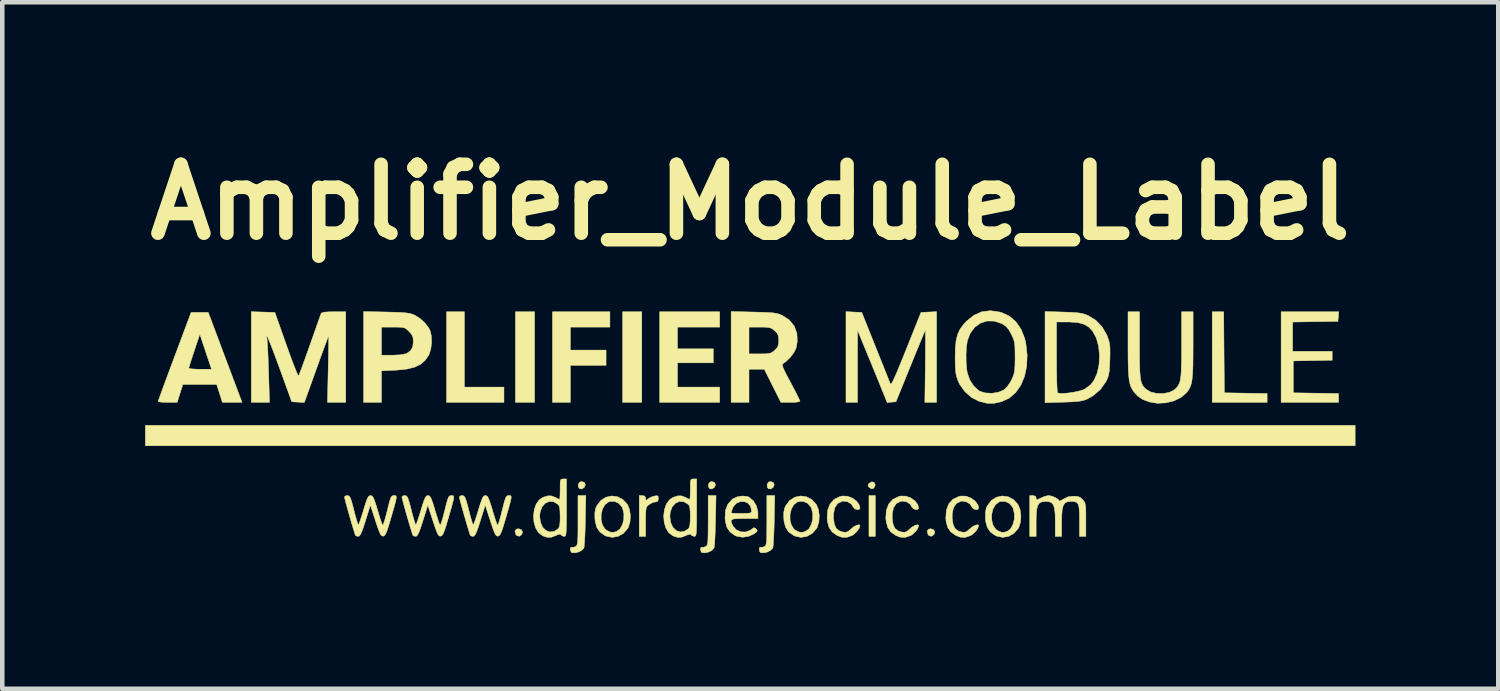
<source format=kicad_pcb>
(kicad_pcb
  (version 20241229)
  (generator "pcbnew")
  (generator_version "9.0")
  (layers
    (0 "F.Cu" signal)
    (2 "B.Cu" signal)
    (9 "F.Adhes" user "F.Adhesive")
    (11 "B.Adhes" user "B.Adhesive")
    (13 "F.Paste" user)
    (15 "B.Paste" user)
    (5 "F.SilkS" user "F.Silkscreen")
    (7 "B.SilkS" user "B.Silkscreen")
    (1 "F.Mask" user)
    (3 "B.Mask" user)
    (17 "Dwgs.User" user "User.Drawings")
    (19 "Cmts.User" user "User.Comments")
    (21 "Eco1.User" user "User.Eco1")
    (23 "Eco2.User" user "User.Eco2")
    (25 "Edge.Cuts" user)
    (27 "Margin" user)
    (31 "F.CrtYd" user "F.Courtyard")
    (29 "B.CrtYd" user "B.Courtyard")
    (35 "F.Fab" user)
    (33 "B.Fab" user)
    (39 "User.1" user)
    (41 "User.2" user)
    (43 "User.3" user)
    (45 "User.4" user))
  (footprint "Amplifier_Module_Label"
    (layer "F.Cu")
    (at 13.542 6.498)
    (property "Reference" "Amplifier_Module_Label" (at 0 -5.08 0) (layer "F.SilkS") (effects (font (size 1.524 1.524) (thickness 0.3))))
    (attr through_hole)
    (fp_poly (pts (xy -4.77 -0.649) (xy -5.193 -0.649) (xy -5.193 -2.653) (xy -4.77 -2.653) (xy -4.77 -0.649)) (stroke (width 0.01) (type solid)) (fill yes) (layer "F.SilkS"))
    (fp_poly (pts (xy -2.399 -0.649) (xy -2.822 -0.649) (xy -2.822 -2.653) (xy -2.399 -2.653) (xy -2.399 -0.649)) (stroke (width 0.01) (type solid)) (fill yes) (layer "F.SilkS"))
    (fp_poly (pts (xy 2.766 2.314) (xy 2.625 2.314) (xy 2.625 1.411) (xy 2.766 1.411) (xy 2.766 2.314)) (stroke (width 0.01) (type solid)) (fill yes) (layer "F.SilkS"))
    (fp_poly (pts (xy 13.377 0.31) (xy -13.377 0.31) (xy -13.377 -0.141) (xy 13.377 -0.141) (xy 13.377 0.31)) (stroke (width 0.01) (type solid)) (fill yes) (layer "F.SilkS"))
    (fp_poly (pts (xy -6.322 -0.988) (xy -5.447 -0.988) (xy -5.447 -0.649) (xy -6.717 -0.649) (xy -6.717 -2.653) (xy -6.322 -2.653) (xy -6.322 -0.988)) (stroke (width 0.01) (type solid)) (fill yes) (layer "F.SilkS"))
    (fp_poly (pts (xy 10.477 -1.757) (xy 10.485 -0.861) (xy 10.957 -0.853) (xy 11.43 -0.845) (xy 11.43 -0.649) (xy 10.216 -0.649) (xy 10.216 -2.653) (xy 10.47 -2.653) (xy 10.477 -1.757)) (stroke (width 0.01) (type solid)) (fill yes) (layer "F.SilkS"))
    (fp_poly (pts (xy -3.668 1.122) (xy -3.647 1.172) (xy -3.669 1.228) (xy -3.724 1.266) (xy -3.775 1.259) (xy -3.8 1.228) (xy -3.804 1.159) (xy -3.768 1.111) (xy -3.725 1.101) (xy -3.668 1.122)) (stroke (width 0.01) (type solid)) (fill yes) (layer "F.SilkS"))
    (fp_poly (pts (xy -0.789 1.122) (xy -0.768 1.172) (xy -0.791 1.228) (xy -0.845 1.266) (xy -0.896 1.259) (xy -0.921 1.228) (xy -0.926 1.159) (xy -0.889 1.111) (xy -0.847 1.101) (xy -0.789 1.122)) (stroke (width 0.01) (type solid)) (fill yes) (layer "F.SilkS"))
    (fp_poly (pts (xy 0.509 1.122) (xy 0.53 1.172) (xy 0.508 1.228) (xy 0.453 1.266) (xy 0.402 1.259) (xy 0.377 1.228) (xy 0.373 1.159) (xy 0.409 1.111) (xy 0.452 1.101) (xy 0.509 1.122)) (stroke (width 0.01) (type solid)) (fill yes) (layer "F.SilkS"))
    (fp_poly (pts (xy -5.062 2.166) (xy -5.035 2.215) (xy -5.053 2.273) (xy -5.055 2.275) (xy -5.111 2.312) (xy -5.165 2.296) (xy -5.188 2.265) (xy -5.204 2.196) (xy -5.172 2.154) (xy -5.123 2.145) (xy -5.062 2.166)) (stroke (width 0.01) (type solid)) (fill yes) (layer "F.SilkS"))
    (fp_poly (pts (xy -3.104 -2.314) (xy -3.979 -2.314) (xy -3.979 -1.806) (xy -3.189 -1.806) (xy -3.189 -1.468) (xy -3.979 -1.468) (xy -3.979 -0.649) (xy -4.374 -0.649) (xy -4.374 -2.653) (xy -3.104 -2.653) (xy -3.104 -2.314)) (stroke (width 0.01) (type solid)) (fill yes) (layer "F.SilkS"))
    (fp_poly (pts (xy 4.054 2.166) (xy 4.081 2.215) (xy 4.063 2.273) (xy 4.061 2.275) (xy 4.005 2.312) (xy 3.951 2.296) (xy 3.928 2.265) (xy 3.912 2.196) (xy 3.944 2.154) (xy 3.993 2.145) (xy 4.054 2.166)) (stroke (width 0.01) (type solid)) (fill yes) (layer "F.SilkS"))
    (fp_poly (pts (xy 2.738 1.121) (xy 2.762 1.171) (xy 2.761 1.192) (xy 2.732 1.249) (xy 2.681 1.263) (xy 2.626 1.229) (xy 2.624 1.227) (xy 2.602 1.185) (xy 2.625 1.145) (xy 2.632 1.138) (xy 2.689 1.107) (xy 2.738 1.121)) (stroke (width 0.01) (type solid)) (fill yes) (layer "F.SilkS"))
    (fp_poly (pts (xy -0.677 -2.314) (xy -1.609 -2.314) (xy -1.609 -1.834) (xy -0.818 -1.834) (xy -0.818 -1.524) (xy -1.609 -1.524) (xy -1.609 -0.988) (xy -0.677 -0.988) (xy -0.677 -0.649) (xy -2.004 -0.649) (xy -2.004 -2.653) (xy -0.677 -2.653) (xy -0.677 -2.314)) (stroke (width 0.01) (type solid)) (fill yes) (layer "F.SilkS"))
    (fp_poly (pts (xy 13.005 -2.547) (xy 12.996 -2.441) (xy 12.495 -2.434) (xy 11.994 -2.426) (xy 11.994 -1.778) (xy 12.869 -1.778) (xy 12.869 -1.582) (xy 12.439 -1.574) (xy 12.009 -1.566) (xy 12.009 -0.861) (xy 12.509 -0.853) (xy 13.01 -0.845) (xy 13.01 -0.649) (xy 11.74 -0.649) (xy 11.74 -2.653) (xy 13.014 -2.653) (xy 13.005 -2.547)) (stroke (width 0.01) (type solid)) (fill yes) (layer "F.SilkS"))
    (fp_poly (pts (xy -2.33 1.424) (xy -2.314 1.469) (xy -2.314 1.472) (xy -2.31 1.514) (xy -2.289 1.509) (xy -2.263 1.486) (xy -2.198 1.447) (xy -2.122 1.422) (xy -2.06 1.414) (xy -2.036 1.432) (xy -2.032 1.478) (xy -2.043 1.534) (xy -2.084 1.552) (xy -2.099 1.552) (xy -2.168 1.569) (xy -2.24 1.611) (xy -2.272 1.638) (xy -2.293 1.668) (xy -2.306 1.713) (xy -2.312 1.782) (xy -2.314 1.889) (xy -2.314 1.992) (xy -2.314 2.314) (xy -2.455 2.314) (xy -2.455 1.411) (xy -2.385 1.411) (xy -2.33 1.424)) (stroke (width 0.01) (type solid)) (fill yes) (layer "F.SilkS"))
    (fp_poly (pts (xy -3.647 1.968) (xy -3.651 2.143) (xy -3.657 2.299) (xy -3.664 2.429) (xy -3.671 2.522) (xy -3.678 2.569) (xy -3.679 2.571) (xy -3.725 2.622) (xy -3.798 2.66) (xy -3.878 2.679) (xy -3.943 2.674) (xy -3.961 2.662) (xy -3.977 2.625) (xy -3.978 2.58) (xy -3.964 2.553) (xy -3.952 2.554) (xy -3.908 2.555) (xy -3.867 2.54) (xy -3.847 2.527) (xy -3.833 2.506) (xy -3.823 2.469) (xy -3.816 2.41) (xy -3.812 2.318) (xy -3.81 2.189) (xy -3.81 2.012) (xy -3.81 1.96) (xy -3.81 1.411) (xy -3.636 1.411) (xy -3.647 1.968)) (stroke (width 0.01) (type solid)) (fill yes) (layer "F.SilkS"))
    (fp_poly (pts (xy -0.768 1.968) (xy -0.773 2.143) (xy -0.779 2.299) (xy -0.785 2.429) (xy -0.793 2.522) (xy -0.8 2.569) (xy -0.801 2.571) (xy -0.846 2.622) (xy -0.919 2.66) (xy -0.999 2.679) (xy -1.064 2.674) (xy -1.082 2.662) (xy -1.098 2.625) (xy -1.099 2.58) (xy -1.086 2.553) (xy -1.073 2.554) (xy -1.029 2.555) (xy -0.988 2.54) (xy -0.969 2.527) (xy -0.954 2.506) (xy -0.944 2.469) (xy -0.937 2.41) (xy -0.934 2.318) (xy -0.932 2.189) (xy -0.931 2.012) (xy -0.931 1.96) (xy -0.931 1.411) (xy -0.757 1.411) (xy -0.768 1.968)) (stroke (width 0.01) (type solid)) (fill yes) (layer "F.SilkS"))
    (fp_poly (pts (xy 0.53 1.968) (xy 0.526 2.143) (xy 0.52 2.299) (xy 0.513 2.429) (xy 0.506 2.522) (xy 0.499 2.569) (xy 0.498 2.571) (xy 0.452 2.622) (xy 0.379 2.66) (xy 0.299 2.679) (xy 0.234 2.674) (xy 0.216 2.662) (xy 0.2 2.625) (xy 0.199 2.58) (xy 0.213 2.553) (xy 0.225 2.554) (xy 0.269 2.555) (xy 0.31 2.54) (xy 0.33 2.527) (xy 0.344 2.506) (xy 0.354 2.469) (xy 0.361 2.41) (xy 0.365 2.318) (xy 0.366 2.189) (xy 0.367 2.012) (xy 0.367 1.96) (xy 0.367 1.411) (xy 0.541 1.411) (xy 0.53 1.968)) (stroke (width 0.01) (type solid)) (fill yes) (layer "F.SilkS"))
    (fp_poly (pts (xy -11.613 -1.644) (xy -11.239 -0.649) (xy -11.673 -0.649) (xy -11.8 -1.044) (xy -12.548 -1.044) (xy -12.675 -0.649) (xy -12.885 -0.649) (xy -12.986 -0.652) (xy -13.06 -0.659) (xy -13.094 -0.668) (xy -13.094 -0.67) (xy -13.085 -0.701) (xy -13.057 -0.778) (xy -13.015 -0.896) (xy -12.959 -1.049) (xy -12.892 -1.231) (xy -12.827 -1.405) (xy -12.418 -1.405) (xy -12.392 -1.395) (xy -12.322 -1.388) (xy -12.221 -1.383) (xy -12.166 -1.383) (xy -11.914 -1.383) (xy -12.044 -1.771) (xy -12.173 -2.158) (xy -12.295 -1.793) (xy -12.34 -1.657) (xy -12.378 -1.541) (xy -12.404 -1.455) (xy -12.417 -1.409) (xy -12.418 -1.405) (xy -12.827 -1.405) (xy -12.816 -1.435) (xy -12.733 -1.657) (xy -12.73 -1.665) (xy -12.366 -2.639) (xy -11.986 -2.639) (xy -11.613 -1.644)) (stroke (width 0.01) (type solid)) (fill yes) (layer "F.SilkS"))
    (fp_poly (pts (xy -2.935 1.437) (xy -2.815 1.5) (xy -2.717 1.606) (xy -2.67 1.718) (xy -2.651 1.856) (xy -2.66 1.997) (xy -2.698 2.118) (xy -2.708 2.136) (xy -2.804 2.246) (xy -2.924 2.314) (xy -3.056 2.336) (xy -3.188 2.307) (xy -3.215 2.295) (xy -3.325 2.218) (xy -3.394 2.117) (xy -3.43 1.983) (xy -3.436 1.912) (xy -3.436 1.828) (xy -3.297 1.828) (xy -3.297 1.951) (xy -3.268 2.065) (xy -3.209 2.154) (xy -3.165 2.187) (xy -3.087 2.221) (xy -3.021 2.224) (xy -2.952 2.203) (xy -2.879 2.147) (xy -2.827 2.053) (xy -2.797 1.936) (xy -2.795 1.811) (xy -2.823 1.694) (xy -2.835 1.668) (xy -2.906 1.584) (xy -3.002 1.54) (xy -3.106 1.543) (xy -3.131 1.551) (xy -3.213 1.613) (xy -3.269 1.711) (xy -3.297 1.828) (xy -3.436 1.828) (xy -3.436 1.782) (xy -3.416 1.686) (xy -3.395 1.639) (xy -3.306 1.521) (xy -3.192 1.448) (xy -3.065 1.42) (xy -2.935 1.437)) (stroke (width 0.01) (type solid)) (fill yes) (layer "F.SilkS"))
    (fp_poly (pts (xy 1.241 1.437) (xy 1.362 1.5) (xy 1.46 1.606) (xy 1.507 1.718) (xy 1.526 1.856) (xy 1.517 1.997) (xy 1.479 2.118) (xy 1.469 2.136) (xy 1.373 2.246) (xy 1.253 2.314) (xy 1.121 2.336) (xy 0.989 2.307) (xy 0.962 2.295) (xy 0.852 2.218) (xy 0.783 2.117) (xy 0.747 1.983) (xy 0.741 1.912) (xy 0.741 1.828) (xy 0.88 1.828) (xy 0.88 1.951) (xy 0.909 2.065) (xy 0.968 2.154) (xy 1.012 2.187) (xy 1.09 2.221) (xy 1.156 2.224) (xy 1.224 2.203) (xy 1.298 2.147) (xy 1.35 2.053) (xy 1.38 1.936) (xy 1.382 1.811) (xy 1.354 1.694) (xy 1.342 1.668) (xy 1.271 1.584) (xy 1.175 1.54) (xy 1.07 1.543) (xy 1.046 1.551) (xy 0.964 1.613) (xy 0.908 1.711) (xy 0.88 1.828) (xy 0.741 1.828) (xy 0.741 1.782) (xy 0.761 1.686) (xy 0.782 1.639) (xy 0.871 1.521) (xy 0.985 1.448) (xy 1.112 1.42) (xy 1.241 1.437)) (stroke (width 0.01) (type solid)) (fill yes) (layer "F.SilkS"))
    (fp_poly (pts (xy 2.148 1.425) (xy 2.257 1.466) (xy 2.349 1.533) (xy 2.41 1.618) (xy 2.427 1.692) (xy 2.406 1.719) (xy 2.36 1.722) (xy 2.309 1.704) (xy 2.279 1.67) (xy 2.279 1.668) (xy 2.234 1.597) (xy 2.154 1.549) (xy 2.06 1.534) (xy 2.031 1.538) (xy 1.933 1.586) (xy 1.87 1.678) (xy 1.842 1.813) (xy 1.841 1.913) (xy 1.86 2.048) (xy 1.902 2.139) (xy 1.974 2.194) (xy 2.052 2.218) (xy 2.118 2.223) (xy 2.172 2.2) (xy 2.231 2.148) (xy 2.293 2.098) (xy 2.357 2.066) (xy 2.406 2.056) (xy 2.427 2.075) (xy 2.427 2.076) (xy 2.406 2.139) (xy 2.352 2.212) (xy 2.283 2.275) (xy 2.248 2.296) (xy 2.127 2.337) (xy 2.017 2.331) (xy 1.921 2.293) (xy 1.812 2.218) (xy 1.743 2.118) (xy 1.707 1.983) (xy 1.7 1.912) (xy 1.711 1.738) (xy 1.764 1.598) (xy 1.855 1.495) (xy 1.984 1.433) (xy 2.036 1.421) (xy 2.148 1.425)) (stroke (width 0.01) (type solid)) (fill yes) (layer "F.SilkS"))
    (fp_poly (pts (xy 3.446 1.425) (xy 3.555 1.466) (xy 3.647 1.533) (xy 3.708 1.618) (xy 3.725 1.692) (xy 3.705 1.719) (xy 3.658 1.722) (xy 3.608 1.704) (xy 3.577 1.67) (xy 3.577 1.668) (xy 3.532 1.597) (xy 3.453 1.549) (xy 3.359 1.534) (xy 3.329 1.538) (xy 3.232 1.586) (xy 3.168 1.678) (xy 3.14 1.813) (xy 3.14 1.913) (xy 3.158 2.048) (xy 3.2 2.139) (xy 3.273 2.194) (xy 3.35 2.218) (xy 3.416 2.223) (xy 3.471 2.2) (xy 3.529 2.148) (xy 3.591 2.098) (xy 3.655 2.066) (xy 3.705 2.056) (xy 3.725 2.075) (xy 3.725 2.076) (xy 3.704 2.139) (xy 3.651 2.212) (xy 3.582 2.275) (xy 3.546 2.296) (xy 3.425 2.337) (xy 3.315 2.331) (xy 3.219 2.293) (xy 3.11 2.218) (xy 3.041 2.118) (xy 3.005 1.983) (xy 2.998 1.912) (xy 3.009 1.738) (xy 3.062 1.598) (xy 3.154 1.495) (xy 3.282 1.433) (xy 3.334 1.421) (xy 3.446 1.425)) (stroke (width 0.01) (type solid)) (fill yes) (layer "F.SilkS"))
    (fp_poly (pts (xy 4.772 1.425) (xy 4.881 1.466) (xy 4.973 1.533) (xy 5.035 1.618) (xy 5.052 1.692) (xy 5.031 1.719) (xy 4.984 1.722) (xy 4.934 1.704) (xy 4.904 1.67) (xy 4.903 1.668) (xy 4.858 1.597) (xy 4.779 1.549) (xy 4.685 1.534) (xy 4.656 1.538) (xy 4.558 1.586) (xy 4.495 1.678) (xy 4.466 1.813) (xy 4.466 1.913) (xy 4.485 2.048) (xy 4.527 2.139) (xy 4.599 2.194) (xy 4.677 2.218) (xy 4.743 2.223) (xy 4.797 2.2) (xy 4.855 2.148) (xy 4.918 2.098) (xy 4.981 2.066) (xy 5.031 2.056) (xy 5.052 2.075) (xy 5.052 2.076) (xy 5.03 2.139) (xy 4.977 2.212) (xy 4.908 2.275) (xy 4.872 2.296) (xy 4.752 2.337) (xy 4.641 2.331) (xy 4.546 2.293) (xy 4.437 2.218) (xy 4.367 2.118) (xy 4.331 1.983) (xy 4.325 1.912) (xy 4.336 1.738) (xy 4.388 1.598) (xy 4.48 1.495) (xy 4.609 1.433) (xy 4.661 1.421) (xy 4.772 1.425)) (stroke (width 0.01) (type solid)) (fill yes) (layer "F.SilkS"))
    (fp_poly (pts (xy 5.701 1.437) (xy 5.821 1.5) (xy 5.919 1.606) (xy 5.966 1.718) (xy 5.985 1.856) (xy 5.976 1.997) (xy 5.938 2.118) (xy 5.928 2.136) (xy 5.832 2.246) (xy 5.712 2.314) (xy 5.58 2.336) (xy 5.448 2.307) (xy 5.421 2.295) (xy 5.311 2.218) (xy 5.242 2.117) (xy 5.206 1.983) (xy 5.2 1.912) (xy 5.2 1.828) (xy 5.339 1.828) (xy 5.339 1.951) (xy 5.368 2.065) (xy 5.427 2.154) (xy 5.471 2.187) (xy 5.549 2.221) (xy 5.615 2.224) (xy 5.684 2.203) (xy 5.757 2.147) (xy 5.809 2.053) (xy 5.839 1.936) (xy 5.841 1.811) (xy 5.813 1.694) (xy 5.801 1.668) (xy 5.73 1.584) (xy 5.634 1.54) (xy 5.53 1.543) (xy 5.505 1.551) (xy 5.423 1.613) (xy 5.367 1.711) (xy 5.339 1.828) (xy 5.2 1.828) (xy 5.2 1.782) (xy 5.22 1.686) (xy 5.241 1.639) (xy 5.33 1.521) (xy 5.444 1.448) (xy 5.571 1.42) (xy 5.701 1.437)) (stroke (width 0.01) (type solid)) (fill yes) (layer "F.SilkS"))
    (fp_poly (pts (xy -8.05 -2.648) (xy -7.863 -2.643) (xy -7.722 -2.637) (xy -7.618 -2.629) (xy -7.54 -2.618) (xy -7.479 -2.602) (xy -7.425 -2.581) (xy -7.422 -2.579) (xy -7.305 -2.506) (xy -7.195 -2.405) (xy -7.109 -2.293) (xy -7.079 -2.233) (xy -7.052 -2.115) (xy -7.048 -1.971) (xy -7.065 -1.828) (xy -7.102 -1.712) (xy -7.104 -1.707) (xy -7.184 -1.586) (xy -7.287 -1.494) (xy -7.42 -1.429) (xy -7.59 -1.387) (xy -7.807 -1.364) (xy -7.851 -1.361) (xy -8.156 -1.347) (xy -8.156 -0.649) (xy -8.551 -0.649) (xy -8.551 -2.314) (xy -8.156 -2.314) (xy -8.156 -1.693) (xy -7.915 -1.693) (xy -7.744 -1.701) (xy -7.626 -1.722) (xy -7.591 -1.736) (xy -7.509 -1.796) (xy -7.464 -1.879) (xy -7.451 -1.999) (xy -7.451 -2.005) (xy -7.46 -2.091) (xy -7.494 -2.16) (xy -7.547 -2.218) (xy -7.594 -2.264) (xy -7.636 -2.292) (xy -7.686 -2.307) (xy -7.761 -2.313) (xy -7.875 -2.314) (xy -7.899 -2.314) (xy -8.156 -2.314) (xy -8.551 -2.314) (xy -8.551 -2.658) (xy -8.05 -2.648)) (stroke (width 0.01) (type solid)) (fill yes) (layer "F.SilkS"))
    (fp_poly (pts (xy 4.12 -0.649) (xy 3.861 -0.649) (xy 3.871 -1.451) (xy 3.873 -1.657) (xy 3.874 -1.842) (xy 3.875 -2) (xy 3.874 -2.124) (xy 3.873 -2.207) (xy 3.871 -2.242) (xy 3.87 -2.243) (xy 3.857 -2.215) (xy 3.826 -2.141) (xy 3.779 -2.028) (xy 3.719 -1.883) (xy 3.648 -1.711) (xy 3.57 -1.519) (xy 3.541 -1.448) (xy 3.222 -0.663) (xy 3.125 -0.655) (xy 3.028 -0.646) (xy 2.835 -1.12) (xy 2.76 -1.303) (xy 2.681 -1.497) (xy 2.604 -1.684) (xy 2.537 -1.846) (xy 2.507 -1.919) (xy 2.373 -2.244) (xy 2.372 -1.446) (xy 2.371 -0.649) (xy 2.117 -0.649) (xy 2.117 -2.656) (xy 2.292 -2.647) (xy 2.466 -2.639) (xy 2.771 -1.877) (xy 2.85 -1.68) (xy 2.923 -1.498) (xy 2.987 -1.338) (xy 3.039 -1.208) (xy 3.077 -1.114) (xy 3.097 -1.064) (xy 3.099 -1.06) (xy 3.111 -1.056) (xy 3.131 -1.08) (xy 3.162 -1.138) (xy 3.206 -1.232) (xy 3.264 -1.367) (xy 3.338 -1.547) (xy 3.43 -1.774) (xy 3.449 -1.822) (xy 3.776 -2.639) (xy 3.948 -2.647) (xy 4.12 -2.656) (xy 4.12 -0.649)) (stroke (width 0.01) (type solid)) (fill yes) (layer "F.SilkS"))
    (fp_poly (pts (xy 8.608 -1.918) (xy 8.608 -1.675) (xy 8.611 -1.482) (xy 8.616 -1.331) (xy 8.625 -1.216) (xy 8.639 -1.129) (xy 8.659 -1.064) (xy 8.686 -1.013) (xy 8.722 -0.97) (xy 8.754 -0.939) (xy 8.855 -0.879) (xy 8.986 -0.848) (xy 9.128 -0.845) (xy 9.263 -0.869) (xy 9.372 -0.922) (xy 9.392 -0.938) (xy 9.434 -0.98) (xy 9.467 -1.024) (xy 9.493 -1.078) (xy 9.511 -1.147) (xy 9.524 -1.24) (xy 9.532 -1.363) (xy 9.537 -1.523) (xy 9.539 -1.728) (xy 9.539 -1.918) (xy 9.539 -2.653) (xy 9.793 -2.653) (xy 9.793 -1.915) (xy 9.792 -1.666) (xy 9.79 -1.466) (xy 9.784 -1.308) (xy 9.774 -1.185) (xy 9.76 -1.09) (xy 9.739 -1.016) (xy 9.712 -0.955) (xy 9.676 -0.901) (xy 9.648 -0.865) (xy 9.528 -0.76) (xy 9.371 -0.683) (xy 9.191 -0.639) (xy 9.003 -0.63) (xy 8.829 -0.658) (xy 8.679 -0.714) (xy 8.565 -0.792) (xy 8.485 -0.881) (xy 8.448 -0.937) (xy 8.418 -0.996) (xy 8.395 -1.066) (xy 8.378 -1.155) (xy 8.367 -1.27) (xy 8.359 -1.417) (xy 8.355 -1.604) (xy 8.354 -1.838) (xy 8.354 -1.926) (xy 8.354 -2.653) (xy 8.608 -2.653) (xy 8.608 -1.918)) (stroke (width 0.01) (type solid)) (fill yes) (layer "F.SilkS"))
    (fp_poly (pts (xy -0.071 1.43) (xy -0.029 1.446) (xy 0.067 1.525) (xy 0.136 1.639) (xy 0.168 1.769) (xy 0.169 1.796) (xy 0.169 1.919) (xy -0.127 1.919) (xy -0.269 1.921) (xy -0.361 1.928) (xy -0.411 1.946) (xy -0.425 1.978) (xy -0.41 2.03) (xy -0.382 2.086) (xy -0.311 2.168) (xy -0.212 2.213) (xy -0.102 2.217) (xy 0.002 2.177) (xy 0.036 2.152) (xy 0.079 2.122) (xy 0.112 2.133) (xy 0.13 2.15) (xy 0.154 2.183) (xy 0.143 2.212) (xy 0.09 2.254) (xy 0.089 2.254) (xy -0.034 2.313) (xy -0.171 2.333) (xy -0.301 2.31) (xy -0.337 2.295) (xy -0.446 2.217) (xy -0.516 2.117) (xy -0.551 1.983) (xy -0.558 1.912) (xy -0.551 1.796) (xy -0.423 1.796) (xy -0.397 1.801) (xy -0.328 1.804) (xy -0.229 1.806) (xy -0.198 1.806) (xy -0.085 1.805) (xy -0.018 1.8) (xy 0.015 1.788) (xy 0.027 1.765) (xy 0.028 1.742) (xy 0.006 1.646) (xy -0.051 1.58) (xy -0.13 1.546) (xy -0.219 1.545) (xy -0.303 1.579) (xy -0.37 1.649) (xy -0.392 1.697) (xy -0.413 1.76) (xy -0.423 1.795) (xy -0.423 1.796) (xy -0.551 1.796) (xy -0.548 1.74) (xy -0.496 1.602) (xy -0.399 1.495) (xy -0.39 1.488) (xy -0.294 1.441) (xy -0.179 1.421) (xy -0.071 1.43)) (stroke (width 0.01) (type solid)) (fill yes) (layer "F.SilkS"))
    (fp_poly (pts (xy 6.307 1.425) (xy 6.322 1.465) (xy 6.325 1.497) (xy 6.343 1.503) (xy 6.39 1.483) (xy 6.427 1.465) (xy 6.51 1.43) (xy 6.584 1.412) (xy 6.597 1.411) (xy 6.666 1.423) (xy 6.741 1.453) (xy 6.802 1.49) (xy 6.83 1.525) (xy 6.83 1.527) (xy 6.85 1.531) (xy 6.899 1.506) (xy 6.921 1.491) (xy 7.024 1.44) (xy 7.15 1.425) (xy 7.242 1.431) (xy 7.303 1.455) (xy 7.354 1.504) (xy 7.382 1.54) (xy 7.401 1.578) (xy 7.413 1.63) (xy 7.42 1.706) (xy 7.422 1.818) (xy 7.422 1.949) (xy 7.422 2.314) (xy 7.281 2.314) (xy 7.281 1.965) (xy 7.28 1.802) (xy 7.272 1.687) (xy 7.255 1.611) (xy 7.224 1.567) (xy 7.176 1.547) (xy 7.108 1.541) (xy 7.092 1.541) (xy 7.013 1.549) (xy 6.957 1.578) (xy 6.92 1.636) (xy 6.898 1.73) (xy 6.888 1.867) (xy 6.886 1.993) (xy 6.886 2.314) (xy 6.745 2.314) (xy 6.745 1.993) (xy 6.742 1.821) (xy 6.729 1.698) (xy 6.703 1.616) (xy 6.66 1.568) (xy 6.598 1.545) (xy 6.533 1.541) (xy 6.453 1.549) (xy 6.395 1.576) (xy 6.357 1.632) (xy 6.334 1.722) (xy 6.324 1.856) (xy 6.322 1.993) (xy 6.322 2.314) (xy 6.181 2.314) (xy 6.181 1.411) (xy 6.251 1.411) (xy 6.307 1.425)) (stroke (width 0.01) (type solid)) (fill yes) (layer "F.SilkS"))
    (fp_poly (pts (xy -10.774 -2.647) (xy -10.513 -2.639) (xy -10.261 -1.925) (xy -10.194 -1.738) (xy -10.132 -1.57) (xy -10.078 -1.43) (xy -10.035 -1.322) (xy -10.005 -1.255) (xy -9.99 -1.234) (xy -9.99 -1.234) (xy -9.975 -1.266) (xy -9.945 -1.343) (xy -9.902 -1.459) (xy -9.849 -1.606) (xy -9.788 -1.776) (xy -9.739 -1.915) (xy -9.674 -2.098) (xy -9.615 -2.266) (xy -9.565 -2.409) (xy -9.525 -2.52) (xy -9.5 -2.591) (xy -9.492 -2.613) (xy -9.47 -2.633) (xy -9.415 -2.645) (xy -9.32 -2.652) (xy -9.212 -2.653) (xy -8.946 -2.653) (xy -8.946 -0.649) (xy -9.35 -0.649) (xy -9.334 -1.383) (xy -9.33 -1.58) (xy -9.327 -1.757) (xy -9.325 -1.906) (xy -9.324 -2.021) (xy -9.324 -2.093) (xy -9.326 -2.117) (xy -9.337 -2.091) (xy -9.364 -2.019) (xy -9.406 -1.908) (xy -9.459 -1.764) (xy -9.521 -1.593) (xy -9.589 -1.403) (xy -9.597 -1.382) (xy -9.861 -0.647) (xy -10.001 -0.655) (xy -10.14 -0.663) (xy -10.398 -1.375) (xy -10.49 -1.624) (xy -10.565 -1.825) (xy -10.624 -1.975) (xy -10.666 -2.074) (xy -10.691 -2.122) (xy -10.698 -2.118) (xy -10.688 -2.061) (xy -10.688 -2.06) (xy -10.683 -2.013) (xy -10.676 -1.918) (xy -10.669 -1.784) (xy -10.662 -1.62) (xy -10.656 -1.436) (xy -10.652 -1.319) (xy -10.632 -0.649) (xy -11.035 -0.649) (xy -11.035 -2.655) (xy -10.774 -2.647)) (stroke (width 0.01) (type solid)) (fill yes) (layer "F.SilkS"))
    (fp_poly (pts (xy 0.078 -2.647) (xy 0.262 -2.642) (xy 0.4 -2.636) (xy 0.501 -2.629) (xy 0.577 -2.618) (xy 0.636 -2.602) (xy 0.69 -2.581) (xy 0.713 -2.57) (xy 0.866 -2.469) (xy 0.973 -2.337) (xy 1.031 -2.178) (xy 1.04 -1.998) (xy 1.013 -1.849) (xy 0.967 -1.754) (xy 0.889 -1.65) (xy 0.794 -1.557) (xy 0.728 -1.51) (xy 0.713 -1.494) (xy 0.71 -1.467) (xy 0.724 -1.422) (xy 0.756 -1.349) (xy 0.81 -1.243) (xy 0.888 -1.096) (xy 0.891 -1.091) (xy 0.963 -0.956) (xy 1.024 -0.838) (xy 1.07 -0.745) (xy 1.096 -0.688) (xy 1.101 -0.675) (xy 1.075 -0.663) (xy 1.006 -0.653) (xy 0.909 -0.649) (xy 0.889 -0.649) (xy 0.678 -0.649) (xy 0.494 -1.016) (xy 0.31 -1.383) (xy -0.028 -1.383) (xy -0.028 -0.649) (xy -0.423 -0.649) (xy -0.423 -2.314) (xy -0.028 -2.314) (xy -0.028 -1.722) (xy 0.211 -1.722) (xy 0.331 -1.723) (xy 0.409 -1.73) (xy 0.464 -1.746) (xy 0.509 -1.775) (xy 0.54 -1.802) (xy 0.597 -1.861) (xy 0.624 -1.922) (xy 0.63 -2.011) (xy 0.63 -2.018) (xy 0.624 -2.109) (xy 0.6 -2.171) (xy 0.545 -2.23) (xy 0.54 -2.234) (xy 0.492 -2.273) (xy 0.445 -2.297) (xy 0.383 -2.309) (xy 0.291 -2.314) (xy 0.211 -2.314) (xy -0.028 -2.314) (xy -0.423 -2.314) (xy -0.423 -2.659) (xy 0.078 -2.647)) (stroke (width 0.01) (type solid)) (fill yes) (layer "F.SilkS"))
    (fp_poly (pts (xy -4.064 1.679) (xy -4.064 1.884) (xy -4.065 2.04) (xy -4.068 2.152) (xy -4.072 2.229) (xy -4.079 2.277) (xy -4.089 2.302) (xy -4.103 2.313) (xy -4.118 2.314) (xy -4.168 2.299) (xy -4.183 2.28) (xy -4.207 2.264) (xy -4.262 2.279) (xy -4.296 2.294) (xy -4.399 2.333) (xy -4.487 2.336) (xy -4.588 2.303) (xy -4.589 2.302) (xy -4.681 2.234) (xy -4.746 2.129) (xy -4.783 2.001) (xy -4.793 1.872) (xy -4.657 1.872) (xy -4.638 2.008) (xy -4.589 2.115) (xy -4.516 2.186) (xy -4.427 2.216) (xy -4.331 2.2) (xy -4.255 2.151) (xy -4.229 2.117) (xy -4.213 2.061) (xy -4.206 1.97) (xy -4.205 1.877) (xy -4.208 1.754) (xy -4.217 1.675) (xy -4.234 1.626) (xy -4.255 1.603) (xy -4.353 1.547) (xy -4.45 1.542) (xy -4.536 1.582) (xy -4.605 1.661) (xy -4.647 1.775) (xy -4.657 1.872) (xy -4.793 1.872) (xy -4.794 1.861) (xy -4.777 1.723) (xy -4.734 1.599) (xy -4.663 1.502) (xy -4.588 1.452) (xy -4.484 1.418) (xy -4.4 1.418) (xy -4.312 1.451) (xy -4.308 1.454) (xy -4.249 1.483) (xy -4.217 1.496) (xy -4.216 1.496) (xy -4.211 1.47) (xy -4.207 1.401) (xy -4.205 1.302) (xy -4.205 1.27) (xy -4.204 1.158) (xy -4.2 1.091) (xy -4.188 1.057) (xy -4.164 1.046) (xy -4.135 1.044) (xy -4.064 1.044) (xy -4.064 1.679)) (stroke (width 0.01) (type solid)) (fill yes) (layer "F.SilkS"))
    (fp_poly (pts (xy -1.185 1.679) (xy -1.186 1.884) (xy -1.187 2.04) (xy -1.189 2.152) (xy -1.193 2.229) (xy -1.2 2.277) (xy -1.211 2.302) (xy -1.224 2.313) (xy -1.239 2.314) (xy -1.29 2.299) (xy -1.305 2.28) (xy -1.328 2.264) (xy -1.384 2.279) (xy -1.417 2.294) (xy -1.52 2.333) (xy -1.609 2.336) (xy -1.709 2.303) (xy -1.711 2.302) (xy -1.802 2.234) (xy -1.867 2.129) (xy -1.904 2.001) (xy -1.914 1.872) (xy -1.778 1.872) (xy -1.76 2.008) (xy -1.71 2.115) (xy -1.637 2.186) (xy -1.548 2.216) (xy -1.452 2.2) (xy -1.376 2.151) (xy -1.35 2.117) (xy -1.335 2.061) (xy -1.328 1.97) (xy -1.326 1.877) (xy -1.329 1.754) (xy -1.338 1.675) (xy -1.356 1.626) (xy -1.376 1.603) (xy -1.474 1.547) (xy -1.571 1.542) (xy -1.658 1.582) (xy -1.726 1.661) (xy -1.769 1.775) (xy -1.778 1.872) (xy -1.914 1.872) (xy -1.915 1.861) (xy -1.898 1.723) (xy -1.855 1.599) (xy -1.784 1.502) (xy -1.709 1.452) (xy -1.605 1.418) (xy -1.522 1.418) (xy -1.433 1.451) (xy -1.429 1.454) (xy -1.37 1.483) (xy -1.338 1.496) (xy -1.337 1.496) (xy -1.332 1.47) (xy -1.328 1.401) (xy -1.327 1.302) (xy -1.326 1.27) (xy -1.326 1.158) (xy -1.321 1.091) (xy -1.309 1.057) (xy -1.286 1.046) (xy -1.256 1.044) (xy -1.185 1.044) (xy -1.185 1.679)) (stroke (width 0.01) (type solid)) (fill yes) (layer "F.SilkS"))
    (fp_poly (pts (xy 6.921 -2.647) (xy 7.091 -2.641) (xy 7.216 -2.633) (xy 7.309 -2.621) (xy 7.384 -2.603) (xy 7.453 -2.578) (xy 7.471 -2.57) (xy 7.639 -2.467) (xy 7.78 -2.32) (xy 7.885 -2.14) (xy 7.901 -2.1) (xy 7.928 -2.02) (xy 7.946 -1.945) (xy 7.955 -1.859) (xy 7.956 -1.748) (xy 7.953 -1.596) (xy 7.953 -1.595) (xy 7.947 -1.444) (xy 7.938 -1.335) (xy 7.924 -1.254) (xy 7.903 -1.187) (xy 7.871 -1.119) (xy 7.868 -1.112) (xy 7.746 -0.938) (xy 7.583 -0.797) (xy 7.452 -0.724) (xy 7.388 -0.699) (xy 7.314 -0.681) (xy 7.218 -0.669) (xy 7.089 -0.66) (xy 6.921 -0.654) (xy 6.519 -0.643) (xy 6.519 -2.427) (xy 6.773 -2.427) (xy 6.773 -1.656) (xy 6.774 -1.452) (xy 6.776 -1.267) (xy 6.779 -1.108) (xy 6.784 -0.983) (xy 6.789 -0.899) (xy 6.794 -0.863) (xy 6.795 -0.862) (xy 6.839 -0.849) (xy 6.923 -0.848) (xy 7.032 -0.857) (xy 7.151 -0.874) (xy 7.265 -0.898) (xy 7.359 -0.926) (xy 7.394 -0.941) (xy 7.528 -1.04) (xy 7.599 -1.132) (xy 7.672 -1.294) (xy 7.713 -1.484) (xy 7.724 -1.686) (xy 7.704 -1.887) (xy 7.655 -2.069) (xy 7.575 -2.219) (xy 7.573 -2.223) (xy 7.485 -2.316) (xy 7.379 -2.378) (xy 7.243 -2.414) (xy 7.067 -2.427) (xy 7.028 -2.427) (xy 6.773 -2.427) (xy 6.519 -2.427) (xy 6.519 -2.659) (xy 6.921 -2.647)) (stroke (width 0.01) (type solid)) (fill yes) (layer "F.SilkS"))
    (fp_poly (pts (xy 5.52 -2.647) (xy 5.556 -2.637) (xy 5.73 -2.557) (xy 5.876 -2.431) (xy 5.991 -2.263) (xy 6.071 -2.06) (xy 6.093 -1.962) (xy 6.123 -1.699) (xy 6.113 -1.452) (xy 6.066 -1.227) (xy 5.985 -1.031) (xy 5.871 -0.868) (xy 5.728 -0.744) (xy 5.556 -0.665) (xy 5.556 -0.665) (xy 5.388 -0.628) (xy 5.236 -0.63) (xy 5.074 -0.669) (xy 5.056 -0.675) (xy 4.891 -0.76) (xy 4.746 -0.888) (xy 4.632 -1.047) (xy 4.594 -1.128) (xy 4.567 -1.207) (xy 4.548 -1.287) (xy 4.538 -1.385) (xy 4.532 -1.513) (xy 4.531 -1.637) (xy 4.532 -1.705) (xy 4.772 -1.705) (xy 4.774 -1.532) (xy 4.788 -1.374) (xy 4.8 -1.301) (xy 4.853 -1.15) (xy 4.938 -1.017) (xy 5.043 -0.917) (xy 5.083 -0.893) (xy 5.203 -0.858) (xy 5.345 -0.851) (xy 5.486 -0.873) (xy 5.603 -0.922) (xy 5.614 -0.93) (xy 5.687 -1.002) (xy 5.757 -1.105) (xy 5.782 -1.155) (xy 5.814 -1.228) (xy 5.835 -1.295) (xy 5.848 -1.371) (xy 5.854 -1.47) (xy 5.856 -1.607) (xy 5.856 -1.653) (xy 5.855 -1.8) (xy 5.851 -1.905) (xy 5.841 -1.982) (xy 5.823 -2.047) (xy 5.795 -2.113) (xy 5.771 -2.161) (xy 5.712 -2.265) (xy 5.651 -2.334) (xy 5.574 -2.385) (xy 5.561 -2.392) (xy 5.397 -2.447) (xy 5.238 -2.449) (xy 5.092 -2.403) (xy 4.965 -2.312) (xy 4.866 -2.18) (xy 4.801 -2.011) (xy 4.8 -2.004) (xy 4.78 -1.87) (xy 4.772 -1.705) (xy 4.532 -1.705) (xy 4.535 -1.847) (xy 4.552 -2.014) (xy 4.584 -2.148) (xy 4.636 -2.262) (xy 4.712 -2.368) (xy 4.78 -2.443) (xy 4.943 -2.575) (xy 5.119 -2.653) (xy 5.311 -2.677) (xy 5.52 -2.647)) (stroke (width 0.01) (type solid)) (fill yes) (layer "F.SilkS"))
    (fp_poly (pts (xy -7.854 1.411) (xy -7.836 1.417) (xy -7.827 1.436) (xy -7.829 1.474) (xy -7.843 1.539) (xy -7.869 1.638) (xy -7.909 1.779) (xy -7.954 1.933) (xy -7.999 2.085) (xy -8.034 2.19) (xy -8.062 2.257) (xy -8.087 2.293) (xy -8.113 2.308) (xy -8.117 2.309) (xy -8.143 2.306) (xy -8.167 2.285) (xy -8.193 2.238) (xy -8.225 2.156) (xy -8.268 2.032) (xy -8.288 1.97) (xy -8.401 1.623) (xy -8.509 1.968) (xy -8.557 2.117) (xy -8.595 2.219) (xy -8.625 2.281) (xy -8.651 2.309) (xy -8.667 2.314) (xy -8.717 2.304) (xy -8.73 2.293) (xy -8.744 2.258) (xy -8.768 2.18) (xy -8.801 2.071) (xy -8.838 1.944) (xy -8.877 1.81) (xy -8.913 1.681) (xy -8.944 1.569) (xy -8.965 1.486) (xy -8.975 1.443) (xy -8.975 1.442) (xy -8.951 1.418) (xy -8.911 1.411) (xy -8.882 1.416) (xy -8.859 1.436) (xy -8.837 1.48) (xy -8.812 1.558) (xy -8.779 1.678) (xy -8.765 1.736) (xy -8.732 1.862) (xy -8.702 1.965) (xy -8.679 2.035) (xy -8.667 2.06) (xy -8.653 2.035) (xy -8.627 1.966) (xy -8.593 1.863) (xy -8.554 1.738) (xy -8.554 1.736) (xy -8.511 1.597) (xy -8.479 1.503) (xy -8.452 1.447) (xy -8.428 1.419) (xy -8.401 1.411) (xy -8.397 1.411) (xy -8.369 1.418) (xy -8.345 1.443) (xy -8.319 1.496) (xy -8.287 1.585) (xy -8.246 1.719) (xy -8.244 1.729) (xy -8.205 1.855) (xy -8.171 1.962) (xy -8.144 2.036) (xy -8.13 2.067) (xy -8.117 2.05) (xy -8.094 1.987) (xy -8.065 1.889) (xy -8.033 1.764) (xy -8.029 1.75) (xy -7.994 1.608) (xy -7.968 1.513) (xy -7.946 1.454) (xy -7.925 1.424) (xy -7.9 1.412) (xy -7.88 1.411) (xy -7.854 1.411)) (stroke (width 0.01) (type solid)) (fill yes) (layer "F.SilkS"))
    (fp_poly (pts (xy -6.584 1.411) (xy -6.566 1.417) (xy -6.557 1.436) (xy -6.559 1.474) (xy -6.573 1.539) (xy -6.599 1.638) (xy -6.639 1.779) (xy -6.684 1.933) (xy -6.729 2.085) (xy -6.764 2.19) (xy -6.792 2.257) (xy -6.817 2.293) (xy -6.843 2.308) (xy -6.847 2.309) (xy -6.873 2.306) (xy -6.897 2.285) (xy -6.923 2.238) (xy -6.955 2.156) (xy -6.998 2.032) (xy -7.018 1.97) (xy -7.131 1.623) (xy -7.239 1.968) (xy -7.287 2.117) (xy -7.325 2.219) (xy -7.355 2.281) (xy -7.381 2.309) (xy -7.397 2.314) (xy -7.447 2.304) (xy -7.46 2.293) (xy -7.474 2.258) (xy -7.498 2.18) (xy -7.531 2.071) (xy -7.568 1.944) (xy -7.607 1.81) (xy -7.643 1.681) (xy -7.674 1.569) (xy -7.695 1.486) (xy -7.705 1.443) (xy -7.705 1.442) (xy -7.681 1.418) (xy -7.641 1.411) (xy -7.612 1.416) (xy -7.589 1.436) (xy -7.567 1.48) (xy -7.542 1.558) (xy -7.509 1.678) (xy -7.495 1.736) (xy -7.462 1.862) (xy -7.432 1.965) (xy -7.409 2.035) (xy -7.397 2.06) (xy -7.383 2.035) (xy -7.357 1.966) (xy -7.323 1.863) (xy -7.284 1.738) (xy -7.284 1.736) (xy -7.241 1.597) (xy -7.209 1.503) (xy -7.182 1.447) (xy -7.158 1.419) (xy -7.131 1.411) (xy -7.127 1.411) (xy -7.099 1.418) (xy -7.075 1.443) (xy -7.049 1.496) (xy -7.017 1.585) (xy -6.976 1.719) (xy -6.974 1.729) (xy -6.935 1.855) (xy -6.901 1.962) (xy -6.874 2.036) (xy -6.86 2.067) (xy -6.847 2.05) (xy -6.824 1.987) (xy -6.795 1.889) (xy -6.763 1.764) (xy -6.759 1.75) (xy -6.724 1.608) (xy -6.698 1.513) (xy -6.676 1.454) (xy -6.655 1.424) (xy -6.63 1.412) (xy -6.61 1.411) (xy -6.584 1.411)) (stroke (width 0.01) (type solid)) (fill yes) (layer "F.SilkS"))
    (fp_poly (pts (xy -5.314 1.411) (xy -5.296 1.417) (xy -5.287 1.436) (xy -5.289 1.474) (xy -5.303 1.539) (xy -5.329 1.638) (xy -5.369 1.779) (xy -5.414 1.933) (xy -5.459 2.085) (xy -5.494 2.19) (xy -5.522 2.257) (xy -5.547 2.293) (xy -5.573 2.308) (xy -5.577 2.309) (xy -5.603 2.306) (xy -5.627 2.285) (xy -5.653 2.238) (xy -5.685 2.156) (xy -5.728 2.032) (xy -5.748 1.97) (xy -5.861 1.623) (xy -5.969 1.968) (xy -6.017 2.117) (xy -6.055 2.219) (xy -6.085 2.281) (xy -6.111 2.309) (xy -6.127 2.314) (xy -6.177 2.304) (xy -6.19 2.293) (xy -6.204 2.258) (xy -6.228 2.18) (xy -6.261 2.071) (xy -6.298 1.944) (xy -6.337 1.81) (xy -6.373 1.681) (xy -6.404 1.569) (xy -6.425 1.486) (xy -6.435 1.443) (xy -6.435 1.442) (xy -6.411 1.418) (xy -6.371 1.411) (xy -6.342 1.416) (xy -6.319 1.436) (xy -6.297 1.48) (xy -6.272 1.558) (xy -6.239 1.678) (xy -6.225 1.736) (xy -6.192 1.862) (xy -6.162 1.965) (xy -6.139 2.035) (xy -6.127 2.06) (xy -6.113 2.035) (xy -6.087 1.966) (xy -6.053 1.863) (xy -6.014 1.738) (xy -6.014 1.736) (xy -5.971 1.597) (xy -5.939 1.503) (xy -5.912 1.447) (xy -5.888 1.419) (xy -5.861 1.411) (xy -5.857 1.411) (xy -5.829 1.418) (xy -5.805 1.443) (xy -5.779 1.496) (xy -5.747 1.585) (xy -5.706 1.719) (xy -5.704 1.729) (xy -5.665 1.855) (xy -5.631 1.962) (xy -5.604 2.036) (xy -5.59 2.067) (xy -5.577 2.05) (xy -5.554 1.987) (xy -5.525 1.889) (xy -5.493 1.764) (xy -5.489 1.75) (xy -5.454 1.608) (xy -5.428 1.513) (xy -5.406 1.454) (xy -5.385 1.424) (xy -5.36 1.412) (xy -5.34 1.411) (xy -5.314 1.411)) (stroke (width 0.01) (type solid)) (fill yes) (layer "F.SilkS")))
  (gr_rect
    (start -3 -3)
    (end 30.084 12.182)
    (stroke (width 0.1) (type default))
    (fill no)
    (layer "Edge.Cuts")))
</source>
